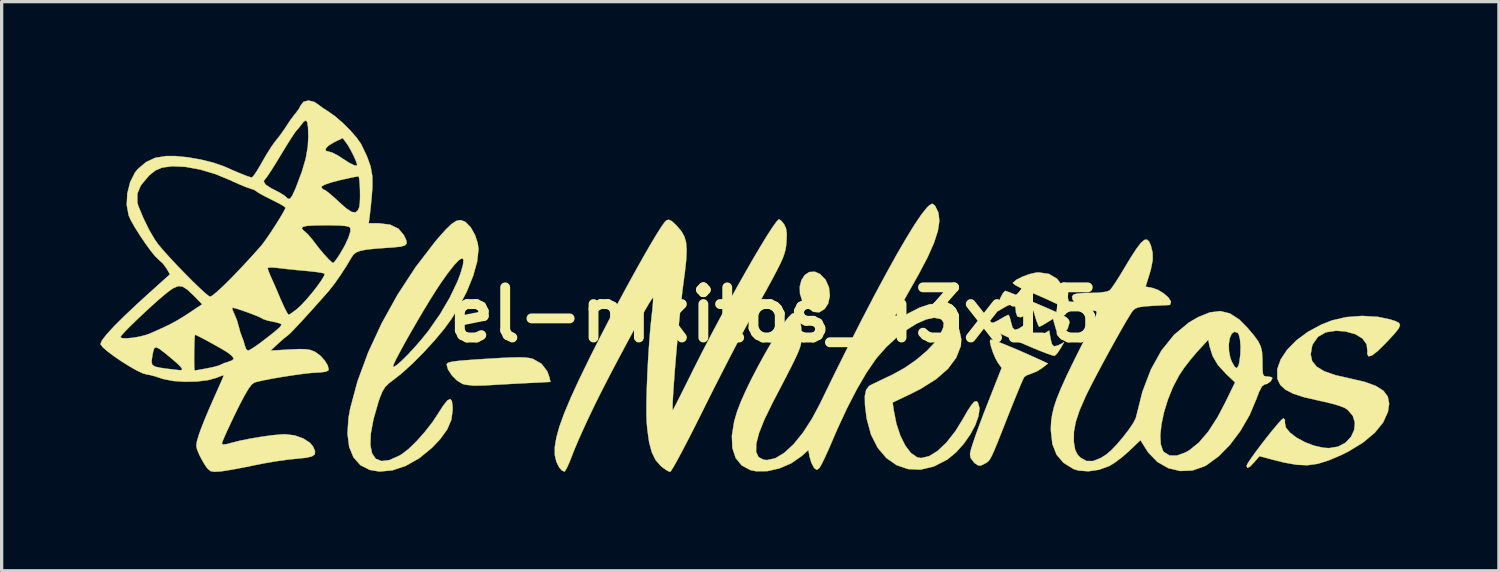
<source format=kicad_pcb>
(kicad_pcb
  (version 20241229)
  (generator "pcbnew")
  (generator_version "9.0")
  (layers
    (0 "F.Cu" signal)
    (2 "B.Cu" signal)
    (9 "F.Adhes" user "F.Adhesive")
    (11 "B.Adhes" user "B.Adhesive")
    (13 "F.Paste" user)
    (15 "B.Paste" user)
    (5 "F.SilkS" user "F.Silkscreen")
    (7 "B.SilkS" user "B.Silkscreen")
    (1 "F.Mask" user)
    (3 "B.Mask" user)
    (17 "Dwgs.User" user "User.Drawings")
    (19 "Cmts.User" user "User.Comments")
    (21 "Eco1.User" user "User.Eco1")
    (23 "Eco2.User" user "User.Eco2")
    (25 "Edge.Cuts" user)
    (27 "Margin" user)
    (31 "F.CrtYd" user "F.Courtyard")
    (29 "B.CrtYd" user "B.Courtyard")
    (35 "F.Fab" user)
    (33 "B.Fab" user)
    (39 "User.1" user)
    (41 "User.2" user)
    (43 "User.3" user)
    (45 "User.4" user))
  (footprint "el-nikitos_43x15"
    (layer "F.Cu")
    (at 20.506 6.519)
    (property "Reference" "el-nikitos_43x15" (at 0 0 0) (layer "F.SilkS") (effects (font (size 1.524 1.524) (thickness 0.3))))
    (attr through_hole)
    (fp_poly (pts (xy 1.366 -1.242) (xy 1.539 -1.065) (xy 1.641 -0.831) (xy 1.668 -0.576) (xy 1.614 -0.336) (xy 1.509 -0.178) (xy 1.342 -0.075) (xy 1.165 -0.091) (xy 0.974 -0.226) (xy 0.967 -0.233) (xy 0.827 -0.429) (xy 0.759 -0.645) (xy 0.754 -0.861) (xy 0.805 -1.056) (xy 0.904 -1.209) (xy 1.042 -1.301) (xy 1.211 -1.31) (xy 1.366 -1.242)) (stroke (width 0.01) (type solid)) (fill yes) (layer "F.SilkS"))
    (fp_poly (pts (xy 8.325 -1.243) (xy 8.571 -1.098) (xy 8.762 -0.849) (xy 8.803 -0.767) (xy 8.892 -0.546) (xy 8.942 -0.358) (xy 8.947 -0.23) (xy 8.905 -0.185) (xy 8.831 -0.212) (xy 8.682 -0.278) (xy 8.497 -0.365) (xy 8.254 -0.478) (xy 7.96 -0.607) (xy 7.677 -0.725) (xy 7.665 -0.73) (xy 7.456 -0.822) (xy 7.304 -0.903) (xy 7.232 -0.961) (xy 7.231 -0.974) (xy 7.334 -1.063) (xy 7.512 -1.155) (xy 7.725 -1.234) (xy 7.928 -1.282) (xy 8.013 -1.289) (xy 8.325 -1.243)) (stroke (width 0.01) (type solid)) (fill yes) (layer "F.SilkS"))
    (fp_poly (pts (xy -7.594 1.298) (xy -7.46 1.314) (xy -7.355 1.341) (xy -7.354 1.342) (xy -7.096 1.488) (xy -6.92 1.719) (xy -6.862 1.881) (xy -6.825 2.038) (xy -7.601 2.078) (xy -7.948 2.096) (xy -8.302 2.116) (xy -8.617 2.134) (xy -8.83 2.147) (xy -9.161 2.153) (xy -9.418 2.123) (xy -9.493 2.102) (xy -9.663 2) (xy -9.822 1.84) (xy -9.938 1.661) (xy -9.979 1.514) (xy -9.966 1.479) (xy -9.917 1.45) (xy -9.818 1.426) (xy -9.653 1.403) (xy -9.407 1.381) (xy -9.066 1.356) (xy -8.784 1.338) (xy -8.352 1.312) (xy -8.022 1.297) (xy -7.775 1.292) (xy -7.594 1.298)) (stroke (width 0.01) (type solid)) (fill yes) (layer "F.SilkS"))
    (fp_poly (pts (xy 7.069 -0.705) (xy 7.229 -0.643) (xy 7.461 -0.548) (xy 7.747 -0.429) (xy 7.998 -0.323) (xy 8.345 -0.174) (xy 8.596 -0.062) (xy 8.767 0.023) (xy 8.872 0.088) (xy 8.927 0.145) (xy 8.948 0.202) (xy 8.95 0.244) (xy 8.892 0.432) (xy 8.719 0.595) (xy 8.671 0.625) (xy 8.612 0.597) (xy 8.549 0.464) (xy 8.527 0.392) (xy 8.451 0.121) (xy 8.255 0.242) (xy 8.122 0.32) (xy 8.039 0.361) (xy 8.031 0.363) (xy 7.998 0.311) (xy 7.948 0.18) (xy 7.928 0.117) (xy 7.855 -0.129) (xy 7.637 -0.00036) (xy 7.469 0.075) (xy 7.368 0.052) (xy 7.323 -0.073) (xy 7.319 -0.163) (xy 7.292 -0.292) (xy 7.209 -0.329) (xy 7.057 -0.274) (xy 6.99 -0.237) (xy 6.773 -0.109) (xy 6.773 -0.239) (xy 6.797 -0.369) (xy 6.856 -0.523) (xy 6.928 -0.656) (xy 6.992 -0.725) (xy 7.002 -0.727) (xy 7.069 -0.705)) (stroke (width 0.01) (type solid)) (fill yes) (layer "F.SilkS"))
    (fp_poly (pts (xy 6.608 0.765) (xy 6.767 0.818) (xy 6.999 0.908) (xy 7.287 1.027) (xy 7.613 1.168) (xy 7.943 1.317) (xy 8.296 1.479) (xy 8.125 1.614) (xy 7.96 1.719) (xy 7.796 1.785) (xy 7.792 1.786) (xy 7.65 1.838) (xy 7.574 1.894) (xy 7.536 1.97) (xy 7.462 2.14) (xy 7.359 2.388) (xy 7.234 2.695) (xy 7.095 3.043) (xy 7.055 3.145) (xy 6.893 3.557) (xy 6.768 3.871) (xy 6.673 4.101) (xy 6.601 4.263) (xy 6.545 4.371) (xy 6.497 4.438) (xy 6.45 4.48) (xy 6.398 4.512) (xy 6.369 4.527) (xy 6.258 4.582) (xy 6.187 4.583) (xy 6.093 4.525) (xy 6.061 4.502) (xy 5.947 4.353) (xy 5.927 4.231) (xy 5.948 4.124) (xy 6.009 3.924) (xy 6.102 3.651) (xy 6.221 3.323) (xy 6.358 2.961) (xy 6.408 2.834) (xy 6.889 1.614) (xy 6.777 1.457) (xy 6.7 1.32) (xy 6.625 1.142) (xy 6.566 0.964) (xy 6.535 0.821) (xy 6.542 0.756) (xy 6.608 0.765)) (stroke (width 0.01) (type solid)) (fill yes) (layer "F.SilkS"))
    (fp_poly (pts (xy 7.128 0.053) (xy 7.165 0.183) (xy 7.171 0.212) (xy 7.22 0.39) (xy 7.293 0.457) (xy 7.41 0.421) (xy 7.494 0.367) (xy 7.617 0.284) (xy 7.693 0.243) (xy 7.698 0.242) (xy 7.727 0.295) (xy 7.761 0.424) (xy 7.767 0.451) (xy 7.815 0.625) (xy 7.889 0.692) (xy 8.014 0.662) (xy 8.124 0.603) (xy 8.334 0.479) (xy 8.376 0.723) (xy 8.417 0.894) (xy 8.482 0.958) (xy 8.595 0.933) (xy 8.662 0.9) (xy 8.789 0.832) (xy 8.673 1.031) (xy 8.583 1.164) (xy 8.508 1.24) (xy 8.496 1.245) (xy 8.419 1.229) (xy 8.257 1.173) (xy 8.035 1.087) (xy 7.832 1.003) (xy 7.415 0.824) (xy 7.097 0.686) (xy 6.865 0.58) (xy 6.706 0.5) (xy 6.608 0.439) (xy 6.557 0.391) (xy 6.541 0.348) (xy 6.543 0.319) (xy 6.573 0.243) (xy 6.593 0.241) (xy 6.657 0.231) (xy 6.783 0.169) (xy 6.841 0.135) (xy 6.984 0.052) (xy 7.08 0.004) (xy 7.095 0) (xy 7.128 0.053)) (stroke (width 0.01) (type solid)) (fill yes) (layer "F.SilkS"))
    (fp_poly (pts (xy 18.33 0.062) (xy 18.703 0.141) (xy 18.869 0.195) (xy 18.968 0.248) (xy 18.998 0.317) (xy 18.955 0.418) (xy 18.836 0.568) (xy 18.637 0.783) (xy 18.549 0.875) (xy 18.316 1.104) (xy 18.148 1.233) (xy 18.045 1.264) (xy 18.002 1.197) (xy 18.007 1.103) (xy 17.983 0.893) (xy 17.854 0.718) (xy 17.635 0.586) (xy 17.338 0.505) (xy 17.054 0.484) (xy 16.744 0.531) (xy 16.506 0.667) (xy 16.351 0.885) (xy 16.323 0.962) (xy 16.283 1.205) (xy 16.328 1.408) (xy 16.465 1.577) (xy 16.7 1.718) (xy 17.042 1.836) (xy 17.479 1.935) (xy 17.927 2.039) (xy 18.263 2.161) (xy 18.494 2.308) (xy 18.626 2.485) (xy 18.668 2.701) (xy 18.631 2.947) (xy 18.485 3.271) (xy 18.228 3.587) (xy 17.869 3.886) (xy 17.419 4.16) (xy 17.205 4.265) (xy 16.822 4.428) (xy 16.493 4.529) (xy 16.182 4.572) (xy 15.856 4.558) (xy 15.479 4.491) (xy 15.157 4.411) (xy 14.726 4.295) (xy 14.57 4.476) (xy 14.435 4.616) (xy 14.356 4.652) (xy 14.333 4.593) (xy 14.368 4.517) (xy 14.464 4.372) (xy 14.603 4.177) (xy 14.77 3.954) (xy 14.948 3.724) (xy 15.122 3.507) (xy 15.275 3.324) (xy 15.391 3.196) (xy 15.453 3.145) (xy 15.455 3.145) (xy 15.501 3.195) (xy 15.499 3.285) (xy 15.529 3.429) (xy 15.655 3.582) (xy 15.853 3.733) (xy 16.102 3.868) (xy 16.379 3.975) (xy 16.66 4.039) (xy 16.836 4.052) (xy 17.114 4.007) (xy 17.341 3.886) (xy 17.507 3.71) (xy 17.605 3.501) (xy 17.626 3.279) (xy 17.562 3.067) (xy 17.403 2.885) (xy 17.326 2.834) (xy 17.19 2.778) (xy 16.97 2.711) (xy 16.701 2.644) (xy 16.524 2.606) (xy 16.082 2.504) (xy 15.748 2.396) (xy 15.511 2.273) (xy 15.358 2.13) (xy 15.276 1.959) (xy 15.27 1.934) (xy 15.267 1.652) (xy 15.371 1.356) (xy 15.568 1.06) (xy 15.848 0.776) (xy 16.197 0.518) (xy 16.604 0.298) (xy 16.922 0.172) (xy 17.359 0.07) (xy 17.846 0.033) (xy 18.33 0.062)) (stroke (width 0.01) (type solid)) (fill yes) (layer "F.SilkS"))
    (fp_poly (pts (xy -9.447 -2.843) (xy -9.401 -2.816) (xy -9.249 -2.66) (xy -9.119 -2.43) (xy -9.034 -2.172) (xy -9.012 -1.993) (xy -9.053 -1.618) (xy -9.175 -1.182) (xy -9.368 -0.706) (xy -9.626 -0.212) (xy -9.832 0.122) (xy -10.059 0.433) (xy -10.351 0.782) (xy -10.679 1.141) (xy -11.015 1.479) (xy -11.333 1.768) (xy -11.543 1.934) (xy -11.729 2.076) (xy -11.851 2.197) (xy -11.937 2.337) (xy -12.015 2.534) (xy -12.056 2.656) (xy -12.204 3.173) (xy -12.285 3.606) (xy -12.299 3.953) (xy -12.248 4.211) (xy -12.134 4.376) (xy -11.957 4.445) (xy -11.719 4.415) (xy -11.422 4.282) (xy -11.342 4.235) (xy -11.135 4.076) (xy -10.894 3.841) (xy -10.645 3.561) (xy -10.413 3.264) (xy -10.246 3.012) (xy -10.079 2.752) (xy -9.956 2.601) (xy -9.872 2.559) (xy -9.821 2.624) (xy -9.799 2.794) (xy -9.797 2.887) (xy -9.837 3.189) (xy -9.962 3.482) (xy -10.182 3.786) (xy -10.43 4.045) (xy -10.818 4.362) (xy -11.223 4.591) (xy -11.63 4.727) (xy -12.019 4.764) (xy -12.318 4.714) (xy -12.603 4.569) (xy -12.812 4.333) (xy -12.943 4.012) (xy -12.994 3.612) (xy -12.964 3.139) (xy -12.915 2.861) (xy -12.689 2.019) (xy -12.523 1.57) (xy -11.611 1.57) (xy -11.575 1.579) (xy -11.476 1.511) (xy -11.33 1.379) (xy -11.15 1.2) (xy -10.953 0.988) (xy -10.753 0.758) (xy -10.564 0.525) (xy -10.526 0.476) (xy -10.18 -0.021) (xy -9.882 -0.529) (xy -9.65 -1.016) (xy -9.559 -1.258) (xy -9.484 -1.517) (xy -9.467 -1.671) (xy -9.507 -1.721) (xy -9.602 -1.668) (xy -9.751 -1.513) (xy -9.952 -1.257) (xy -10.159 -0.964) (xy -10.309 -0.736) (xy -10.486 -0.455) (xy -10.678 -0.139) (xy -10.875 0.195) (xy -11.068 0.529) (xy -11.247 0.845) (xy -11.4 1.125) (xy -11.519 1.352) (xy -11.592 1.508) (xy -11.611 1.57) (xy -12.523 1.57) (xy -12.366 1.145) (xy -11.957 0.262) (xy -11.474 -0.608) (xy -10.928 -1.444) (xy -10.33 -2.223) (xy -10.248 -2.32) (xy -10.013 -2.585) (xy -9.832 -2.76) (xy -9.688 -2.855) (xy -9.565 -2.88) (xy -9.447 -2.843)) (stroke (width 0.01) (type solid)) (fill yes) (layer "F.SilkS"))
    (fp_poly (pts (xy 0.192 -2.857) (xy 0.279 -2.75) (xy 0.337 -2.623) (xy 0.358 -2.453) (xy 0.348 -2.209) (xy 0.337 -2.093) (xy 0.319 -1.983) (xy 0.289 -1.868) (xy 0.242 -1.735) (xy 0.17 -1.573) (xy 0.068 -1.368) (xy -0.069 -1.108) (xy -0.247 -0.781) (xy -0.473 -0.375) (xy -0.752 0.123) (xy -0.784 0.181) (xy -0.935 0.457) (xy -1.128 0.821) (xy -1.351 1.249) (xy -1.594 1.721) (xy -1.846 2.216) (xy -2.094 2.71) (xy -2.195 2.915) (xy -2.414 3.352) (xy -2.618 3.753) (xy -2.801 4.104) (xy -2.957 4.395) (xy -3.078 4.611) (xy -3.158 4.741) (xy -3.188 4.774) (xy -3.274 4.739) (xy -3.408 4.646) (xy -3.475 4.59) (xy -3.628 4.415) (xy -3.742 4.184) (xy -3.825 3.877) (xy -3.881 3.477) (xy -3.899 3.266) (xy -3.908 3.01) (xy -3.907 2.659) (xy -3.896 2.241) (xy -3.878 1.78) (xy -3.853 1.304) (xy -3.822 0.837) (xy -3.788 0.408) (xy -3.75 0.041) (xy -3.746 0.008) (xy -3.72 -0.226) (xy -3.706 -0.408) (xy -3.704 -0.511) (xy -3.708 -0.522) (xy -3.744 -0.482) (xy -3.829 -0.348) (xy -3.954 -0.135) (xy -4.111 0.143) (xy -4.292 0.471) (xy -4.49 0.835) (xy -4.697 1.222) (xy -4.906 1.615) (xy -5.107 2.002) (xy -5.295 2.369) (xy -5.46 2.7) (xy -5.464 2.709) (xy -5.641 3.076) (xy -5.812 3.444) (xy -5.965 3.786) (xy -6.087 4.072) (xy -6.156 4.248) (xy -6.244 4.474) (xy -6.324 4.65) (xy -6.384 4.751) (xy -6.399 4.764) (xy -6.474 4.734) (xy -6.56 4.638) (xy -6.646 4.464) (xy -6.692 4.263) (xy -6.693 4.024) (xy -6.647 3.739) (xy -6.553 3.399) (xy -6.406 2.993) (xy -6.205 2.514) (xy -5.946 1.952) (xy -5.628 1.298) (xy -5.554 1.15) (xy -5.302 0.653) (xy -5.04 0.146) (xy -4.773 -0.359) (xy -4.508 -0.849) (xy -4.253 -1.313) (xy -4.014 -1.739) (xy -3.798 -2.115) (xy -3.611 -2.428) (xy -3.461 -2.666) (xy -3.353 -2.818) (xy -3.305 -2.868) (xy -3.229 -2.891) (xy -3.142 -2.852) (xy -3.016 -2.737) (xy -2.965 -2.684) (xy -2.841 -2.534) (xy -2.754 -2.38) (xy -2.703 -2.201) (xy -2.685 -1.976) (xy -2.697 -1.685) (xy -2.738 -1.308) (xy -2.775 -1.028) (xy -2.812 -0.745) (xy -2.851 -0.398) (xy -2.893 -0.005) (xy -2.934 0.418) (xy -2.974 0.854) (xy -3.012 1.288) (xy -3.046 1.702) (xy -3.074 2.08) (xy -3.096 2.406) (xy -3.11 2.662) (xy -3.114 2.833) (xy -3.107 2.902) (xy -3.106 2.903) (xy -3.078 2.851) (xy -3.003 2.706) (xy -2.89 2.482) (xy -2.746 2.195) (xy -2.578 1.858) (xy -2.459 1.618) (xy -2.221 1.147) (xy -1.966 0.655) (xy -1.699 0.153) (xy -1.428 -0.346) (xy -1.16 -0.833) (xy -0.899 -1.294) (xy -0.654 -1.72) (xy -0.431 -2.097) (xy -0.236 -2.415) (xy -0.075 -2.663) (xy 0.044 -2.829) (xy 0.115 -2.901) (xy 0.123 -2.903) (xy 0.192 -2.857)) (stroke (width 0.01) (type solid)) (fill yes) (layer "F.SilkS"))
    (fp_poly (pts (xy 4.847 -3.333) (xy 4.871 -3.303) (xy 4.968 -3.103) (xy 4.996 -2.855) (xy 4.951 -2.553) (xy 4.833 -2.187) (xy 4.639 -1.749) (xy 4.366 -1.231) (xy 4.32 -1.149) (xy 4.142 -0.834) (xy 3.968 -0.527) (xy 3.816 -0.257) (xy 3.7 -0.052) (xy 3.67 0) (xy 3.571 0.178) (xy 3.529 0.267) (xy 3.542 0.284) (xy 3.607 0.244) (xy 3.631 0.227) (xy 4.039 -0.038) (xy 4.401 -0.222) (xy 4.707 -0.323) (xy 4.945 -0.335) (xy 4.966 -0.331) (xy 5.154 -0.235) (xy 5.335 -0.049) (xy 5.491 0.196) (xy 5.605 0.468) (xy 5.661 0.736) (xy 5.649 0.947) (xy 5.507 1.306) (xy 5.258 1.64) (xy 4.899 1.954) (xy 4.426 2.251) (xy 4.132 2.4) (xy 3.576 2.665) (xy 3.607 2.89) (xy 3.689 3.305) (xy 3.81 3.672) (xy 3.961 3.976) (xy 4.132 4.2) (xy 4.317 4.329) (xy 4.44 4.354) (xy 4.682 4.298) (xy 4.944 4.136) (xy 5.214 3.879) (xy 5.481 3.539) (xy 5.685 3.211) (xy 5.848 2.928) (xy 5.969 2.744) (xy 6.056 2.645) (xy 6.119 2.622) (xy 6.166 2.661) (xy 6.217 2.837) (xy 6.188 3.072) (xy 6.091 3.345) (xy 5.938 3.634) (xy 5.739 3.918) (xy 5.508 4.176) (xy 5.254 4.387) (xy 5.23 4.403) (xy 4.825 4.611) (xy 4.427 4.705) (xy 4.047 4.689) (xy 3.696 4.569) (xy 3.383 4.351) (xy 3.121 4.041) (xy 2.92 3.645) (xy 2.79 3.167) (xy 2.78 3.104) (xy 2.735 2.735) (xy 2.731 2.466) (xy 2.77 2.282) (xy 2.854 2.168) (xy 2.903 2.137) (xy 3.023 2.079) (xy 3.22 1.985) (xy 3.458 1.871) (xy 3.579 1.814) (xy 3.94 1.614) (xy 4.291 1.371) (xy 4.606 1.105) (xy 4.86 0.838) (xy 5.022 0.599) (xy 5.114 0.388) (xy 5.131 0.248) (xy 5.072 0.155) (xy 5.021 0.122) (xy 4.837 0.088) (xy 4.596 0.139) (xy 4.314 0.263) (xy 4.007 0.452) (xy 3.692 0.693) (xy 3.386 0.977) (xy 3.106 1.293) (xy 3.058 1.355) (xy 2.786 1.752) (xy 2.495 2.249) (xy 2.195 2.829) (xy 1.895 3.474) (xy 1.75 3.81) (xy 1.627 4.096) (xy 1.512 4.347) (xy 1.418 4.539) (xy 1.356 4.647) (xy 1.348 4.657) (xy 1.274 4.713) (xy 1.21 4.673) (xy 1.176 4.631) (xy 1.104 4.488) (xy 1.052 4.313) (xy 1.015 4.112) (xy 0.798 4.302) (xy 0.49 4.515) (xy 0.136 4.667) (xy -0.23 4.751) (xy -0.573 4.755) (xy -0.749 4.719) (xy -1.012 4.577) (xy -1.195 4.352) (xy -1.295 4.049) (xy -1.31 3.677) (xy -1.241 3.242) (xy -1.149 2.93) (xy -1.04 2.647) (xy -0.894 2.318) (xy -0.719 1.958) (xy -0.525 1.584) (xy -0.322 1.212) (xy -0.118 0.86) (xy 0.077 0.543) (xy 0.252 0.278) (xy 0.4 0.082) (xy 0.511 -0.029) (xy 0.548 -0.048) (xy 0.652 -0.012) (xy 0.736 0.123) (xy 0.792 0.336) (xy 0.81 0.604) (xy 0.81 0.618) (xy 0.807 0.724) (xy 0.8 0.819) (xy 0.782 0.915) (xy 0.748 1.026) (xy 0.692 1.166) (xy 0.608 1.348) (xy 0.49 1.586) (xy 0.332 1.894) (xy 0.13 2.284) (xy -0.073 2.672) (xy -0.319 3.176) (xy -0.485 3.592) (xy -0.57 3.921) (xy -0.574 4.165) (xy -0.499 4.326) (xy -0.344 4.405) (xy -0.237 4.415) (xy 0.014 4.358) (xy 0.285 4.193) (xy 0.567 3.931) (xy 0.851 3.581) (xy 1.128 3.152) (xy 1.361 2.714) (xy 1.809 1.795) (xy 2.239 0.932) (xy 2.646 0.132) (xy 3.028 -0.602) (xy 3.383 -1.261) (xy 3.705 -1.842) (xy 3.994 -2.338) (xy 4.244 -2.744) (xy 4.454 -3.053) (xy 4.619 -3.26) (xy 4.687 -3.326) (xy 4.777 -3.379) (xy 4.847 -3.333)) (stroke (width 0.01) (type solid)) (fill yes) (layer "F.SilkS"))
    (fp_poly (pts (xy 11.372 -2.226) (xy 11.424 -2.108) (xy 11.479 -1.886) (xy 11.48 -1.658) (xy 11.425 -1.383) (xy 11.377 -1.22) (xy 11.265 -0.857) (xy 11.466 -0.819) (xy 11.64 -0.758) (xy 11.815 -0.652) (xy 11.957 -0.527) (xy 12.031 -0.412) (xy 12.035 -0.388) (xy 12.009 -0.309) (xy 11.989 -0.299) (xy 11.911 -0.295) (xy 11.745 -0.286) (xy 11.522 -0.275) (xy 11.46 -0.272) (xy 11.204 -0.254) (xy 11.039 -0.226) (xy 10.936 -0.18) (xy 10.874 -0.122) (xy 10.801 -0.013) (xy 10.682 0.184) (xy 10.529 0.448) (xy 10.353 0.761) (xy 10.164 1.102) (xy 9.973 1.453) (xy 9.792 1.793) (xy 9.63 2.103) (xy 9.498 2.363) (xy 9.44 2.485) (xy 9.258 2.903) (xy 9.143 3.251) (xy 9.086 3.554) (xy 9.083 3.839) (xy 9.086 3.884) (xy 9.124 4.103) (xy 9.197 4.251) (xy 9.285 4.341) (xy 9.465 4.442) (xy 9.668 4.445) (xy 9.91 4.347) (xy 10.069 4.246) (xy 10.217 4.12) (xy 10.395 3.934) (xy 10.58 3.716) (xy 10.62 3.664) (xy 11.711 3.664) (xy 11.726 3.939) (xy 11.794 4.135) (xy 11.82 4.17) (xy 11.992 4.275) (xy 12.216 4.278) (xy 12.482 4.181) (xy 12.593 4.117) (xy 12.887 3.88) (xy 13.171 3.547) (xy 13.453 3.11) (xy 13.679 2.679) (xy 13.984 2.054) (xy 13.713 1.798) (xy 13.461 1.524) (xy 13.3 1.249) (xy 13.213 0.968) (xy 13.197 0.892) (xy 13.794 0.892) (xy 13.799 1.102) (xy 13.842 1.314) (xy 13.886 1.427) (xy 13.974 1.582) (xy 14.039 1.621) (xy 14.089 1.543) (xy 14.114 1.444) (xy 14.145 1.204) (xy 14.152 0.958) (xy 14.134 0.742) (xy 14.095 0.591) (xy 14.067 0.55) (xy 13.965 0.514) (xy 13.882 0.575) (xy 13.823 0.709) (xy 13.794 0.892) (xy 13.197 0.892) (xy 13.168 0.757) (xy 12.828 1.128) (xy 12.633 1.357) (xy 12.44 1.607) (xy 12.291 1.828) (xy 12.285 1.837) (xy 12.098 2.192) (xy 11.943 2.574) (xy 11.824 2.96) (xy 11.746 3.331) (xy 11.711 3.664) (xy 10.62 3.664) (xy 10.752 3.493) (xy 10.887 3.293) (xy 10.965 3.143) (xy 10.973 3.115) (xy 11.168 2.338) (xy 11.426 1.661) (xy 11.747 1.084) (xy 12.129 0.61) (xy 12.573 0.239) (xy 12.861 0.07) (xy 13.22 -0.074) (xy 13.536 -0.113) (xy 13.827 -0.042) (xy 14.109 0.14) (xy 14.349 0.381) (xy 14.552 0.619) (xy 14.686 0.802) (xy 14.765 0.961) (xy 14.804 1.129) (xy 14.816 1.339) (xy 14.817 1.447) (xy 14.819 1.67) (xy 14.832 1.798) (xy 14.864 1.857) (xy 14.926 1.874) (xy 14.968 1.875) (xy 15.082 1.891) (xy 15.119 1.923) (xy 15.069 2.02) (xy 14.958 2.098) (xy 14.879 2.117) (xy 14.802 2.174) (xy 14.711 2.349) (xy 14.637 2.546) (xy 14.428 3.044) (xy 14.154 3.518) (xy 13.834 3.945) (xy 13.484 4.302) (xy 13.123 4.566) (xy 13.056 4.603) (xy 12.691 4.731) (xy 12.316 4.747) (xy 11.954 4.66) (xy 11.626 4.474) (xy 11.354 4.195) (xy 11.293 4.106) (xy 11.109 3.809) (xy 10.768 4.135) (xy 10.562 4.316) (xy 10.347 4.48) (xy 10.168 4.592) (xy 10.165 4.594) (xy 9.853 4.708) (xy 9.524 4.756) (xy 9.221 4.733) (xy 9.073 4.686) (xy 8.77 4.499) (xy 8.558 4.251) (xy 8.432 3.929) (xy 8.386 3.523) (xy 8.385 3.447) (xy 8.395 3.236) (xy 8.426 3.024) (xy 8.482 2.795) (xy 8.57 2.534) (xy 8.696 2.226) (xy 8.864 1.855) (xy 9.081 1.407) (xy 9.309 0.952) (xy 9.494 0.585) (xy 9.628 0.312) (xy 9.716 0.12) (xy 9.764 -0.007) (xy 9.777 -0.08) (xy 9.761 -0.113) (xy 9.723 -0.121) (xy 9.573 -0.15) (xy 9.389 -0.222) (xy 9.211 -0.317) (xy 9.082 -0.413) (xy 9.046 -0.462) (xy 9.029 -0.555) (xy 9.073 -0.615) (xy 9.196 -0.649) (xy 9.414 -0.664) (xy 9.577 -0.665) (xy 9.864 -0.675) (xy 10.071 -0.703) (xy 10.17 -0.741) (xy 10.239 -0.823) (xy 10.35 -0.984) (xy 10.486 -1.198) (xy 10.584 -1.361) (xy 10.808 -1.734) (xy 10.985 -2.006) (xy 11.121 -2.185) (xy 11.226 -2.276) (xy 11.307 -2.287) (xy 11.372 -2.226)) (stroke (width 0.01) (type solid)) (fill yes) (layer "F.SilkS"))
    (fp_poly (pts (xy -14.007 -6.472) (xy -13.919 -6.416) (xy -13.744 -6.287) (xy -13.579 -6.181) (xy -13.377 -6.039) (xy -13.145 -5.839) (xy -12.915 -5.611) (xy -12.718 -5.387) (xy -12.585 -5.198) (xy -12.576 -5.182) (xy -12.401 -4.816) (xy -12.291 -4.507) (xy -12.239 -4.216) (xy -12.235 -3.906) (xy -12.24 -3.823) (xy -12.263 -3.548) (xy -12.288 -3.278) (xy -12.312 -3.069) (xy -12.349 -2.782) (xy -12.038 -2.782) (xy -11.698 -2.74) (xy -11.443 -2.617) (xy -11.28 -2.421) (xy -11.21 -2.273) (xy -11.193 -2.174) (xy -11.243 -2.111) (xy -11.377 -2.073) (xy -11.607 -2.049) (xy -11.778 -2.038) (xy -12.148 -2.011) (xy -12.418 -1.982) (xy -12.606 -1.945) (xy -12.732 -1.895) (xy -12.816 -1.826) (xy -12.874 -1.74) (xy -13.029 -1.48) (xy -13.213 -1.197) (xy -13.399 -0.933) (xy -13.558 -0.73) (xy -13.571 -0.715) (xy -13.866 -0.382) (xy -14.141 -0.075) (xy -14.384 0.191) (xy -14.585 0.406) (xy -14.73 0.556) (xy -14.809 0.627) (xy -14.812 0.629) (xy -14.906 0.701) (xy -15.045 0.822) (xy -15.115 0.886) (xy -15.331 1.088) (xy -14.756 1.054) (xy -14.468 1.041) (xy -14.268 1.045) (xy -14.123 1.068) (xy -14.001 1.115) (xy -13.972 1.13) (xy -13.821 1.239) (xy -13.688 1.386) (xy -13.595 1.537) (xy -13.566 1.66) (xy -13.576 1.692) (xy -13.654 1.728) (xy -13.81 1.75) (xy -13.906 1.754) (xy -14.082 1.765) (xy -14.339 1.793) (xy -14.646 1.836) (xy -14.972 1.886) (xy -15.287 1.94) (xy -15.559 1.993) (xy -15.759 2.04) (xy -15.827 2.061) (xy -15.903 2.116) (xy -15.997 2.239) (xy -16.117 2.44) (xy -16.271 2.733) (xy -16.392 2.977) (xy -16.535 3.276) (xy -16.658 3.538) (xy -16.75 3.745) (xy -16.803 3.876) (xy -16.812 3.909) (xy -16.777 3.943) (xy -16.659 3.929) (xy -16.525 3.893) (xy -16.267 3.827) (xy -15.943 3.762) (xy -15.593 3.703) (xy -15.259 3.658) (xy -14.981 3.633) (xy -14.877 3.63) (xy -14.596 3.666) (xy -14.335 3.759) (xy -14.13 3.894) (xy -14.038 4.008) (xy -13.98 4.145) (xy -13.988 4.24) (xy -14.076 4.304) (xy -14.257 4.345) (xy -14.544 4.374) (xy -14.554 4.375) (xy -14.841 4.405) (xy -15.194 4.456) (xy -15.563 4.52) (xy -15.815 4.57) (xy -16.13 4.635) (xy -16.435 4.693) (xy -16.692 4.737) (xy -16.848 4.759) (xy -17.038 4.771) (xy -17.154 4.751) (xy -17.238 4.684) (xy -17.274 4.641) (xy -17.374 4.489) (xy -17.479 4.295) (xy -17.505 4.239) (xy -17.567 4.09) (xy -17.589 3.974) (xy -17.57 3.843) (xy -17.513 3.65) (xy -17.446 3.462) (xy -17.343 3.2) (xy -17.216 2.897) (xy -17.081 2.588) (xy -17.079 2.584) (xy -16.958 2.313) (xy -16.857 2.085) (xy -16.786 1.92) (xy -16.753 1.841) (xy -16.752 1.837) (xy -16.801 1.847) (xy -16.924 1.893) (xy -16.975 1.914) (xy -17.238 1.986) (xy -17.575 2.027) (xy -17.942 2.035) (xy -18.296 2.01) (xy -18.595 1.951) (xy -18.644 1.935) (xy -18.845 1.869) (xy -19.011 1.826) (xy -19.086 1.814) (xy -19.208 1.782) (xy -19.393 1.695) (xy -19.617 1.569) (xy -19.852 1.422) (xy -18.95 1.422) (xy -18.929 1.517) (xy -18.845 1.574) (xy -18.676 1.611) (xy -18.512 1.634) (xy -18.271 1.664) (xy -18.126 1.68) (xy -18.052 1.682) (xy -18.025 1.669) (xy -18.022 1.643) (xy -18.022 1.642) (xy -18.065 1.58) (xy -18.178 1.469) (xy -18.27 1.389) (xy -17.655 1.389) (xy -17.652 1.575) (xy -17.645 1.68) (xy -17.641 1.693) (xy -17.576 1.683) (xy -17.426 1.657) (xy -17.262 1.627) (xy -17.06 1.585) (xy -16.905 1.542) (xy -16.843 1.515) (xy -16.742 1.467) (xy -16.616 1.428) (xy -16.496 1.382) (xy -16.45 1.333) (xy -16.494 1.264) (xy -16.603 1.169) (xy -16.616 1.16) (xy -16.724 1.091) (xy -16.894 0.992) (xy -17.095 0.879) (xy -17.298 0.768) (xy -17.474 0.676) (xy -17.594 0.617) (xy -17.627 0.605) (xy -17.637 0.661) (xy -17.645 0.811) (xy -17.652 1.028) (xy -17.654 1.149) (xy -17.655 1.389) (xy -18.27 1.389) (xy -18.309 1.355) (xy -18.545 1.161) (xy -18.703 1.04) (xy -18.802 0.989) (xy -18.86 1.005) (xy -18.894 1.086) (xy -18.922 1.231) (xy -18.929 1.269) (xy -18.95 1.422) (xy -19.852 1.422) (xy -19.857 1.419) (xy -20.088 1.261) (xy -20.289 1.111) (xy -20.434 0.984) (xy -20.5 0.895) (xy -20.501 0.885) (xy -20.454 0.774) (xy -20.38 0.678) (xy -19.897 0.678) (xy -19.844 0.71) (xy -19.706 0.715) (xy -19.515 0.697) (xy -19.303 0.66) (xy -19.103 0.607) (xy -18.995 0.567) (xy -18.66 0.418) (xy -18.401 0.296) (xy -18.186 0.18) (xy -17.979 0.055) (xy -17.822 -0.047) (xy -17.571 -0.214) (xy -16.497 -0.214) (xy -16.488 -0.152) (xy -16.436 -0.03) (xy -16.431 -0.021) (xy -16.354 0.166) (xy -16.298 0.361) (xy -16.253 0.531) (xy -16.206 0.658) (xy -16.204 0.663) (xy -16.154 0.792) (xy -16.119 0.922) (xy -16.074 1.043) (xy -16.019 1.089) (xy -15.942 1.054) (xy -15.8 0.964) (xy -15.622 0.836) (xy -15.609 0.826) (xy -15.337 0.616) (xy -15.153 0.467) (xy -15.045 0.367) (xy -15.001 0.306) (xy -14.998 0.294) (xy -15.052 0.26) (xy -15.186 0.223) (xy -15.255 0.21) (xy -15.429 0.173) (xy -15.553 0.131) (xy -15.574 0.118) (xy -15.659 0.073) (xy -15.815 0.007) (xy -16.008 -0.066) (xy -16.206 -0.136) (xy -16.373 -0.19) (xy -16.479 -0.215) (xy -16.497 -0.214) (xy -17.571 -0.214) (xy -17.411 -0.321) (xy -17.668 -0.584) (xy -17.861 -0.766) (xy -18.008 -0.86) (xy -18.139 -0.873) (xy -18.284 -0.812) (xy -18.364 -0.761) (xy -18.498 -0.659) (xy -18.683 -0.504) (xy -18.9 -0.312) (xy -19.132 -0.099) (xy -19.361 0.116) (xy -19.57 0.318) (xy -19.741 0.49) (xy -19.856 0.616) (xy -19.897 0.678) (xy -20.38 0.678) (xy -20.314 0.593) (xy -20.085 0.343) (xy -19.768 0.029) (xy -19.369 -0.347) (xy -19.09 -0.601) (xy -18.391 -1.231) (xy -18.494 -1.409) (xy -18.609 -1.564) (xy -18.735 -1.679) (xy -18.836 -1.776) (xy -18.978 -1.951) (xy -19.142 -2.177) (xy -19.31 -2.425) (xy -19.462 -2.668) (xy -19.582 -2.879) (xy -19.644 -3.018) (xy -19.704 -3.338) (xy -19.7 -3.414) (xy -19.381 -3.414) (xy -19.349 -3.301) (xy -19.196 -2.935) (xy -19.026 -2.588) (xy -18.855 -2.295) (xy -18.751 -2.147) (xy -18.596 -1.962) (xy -18.397 -1.741) (xy -18.172 -1.5) (xy -17.935 -1.256) (xy -17.705 -1.024) (xy -17.496 -0.822) (xy -17.325 -0.665) (xy -17.208 -0.571) (xy -17.169 -0.55) (xy -17.095 -0.59) (xy -16.957 -0.704) (xy -16.769 -0.877) (xy -16.549 -1.094) (xy -16.413 -1.234) (xy -16.238 -1.418) (xy -15.421 -1.418) (xy -15.398 -1.339) (xy -15.338 -1.19) (xy -15.295 -1.093) (xy -15.21 -0.905) (xy -15.141 -0.745) (xy -15.12 -0.695) (xy -15.013 -0.442) (xy -14.914 -0.226) (xy -14.835 -0.071) (xy -14.787 -0.002) (xy -14.783 0) (xy -14.72 -0.035) (xy -14.598 -0.123) (xy -14.521 -0.183) (xy -14.389 -0.306) (xy -14.231 -0.477) (xy -14.066 -0.673) (xy -13.912 -0.87) (xy -13.786 -1.048) (xy -13.706 -1.182) (xy -13.689 -1.251) (xy -13.69 -1.252) (xy -13.764 -1.274) (xy -13.929 -1.301) (xy -14.155 -1.326) (xy -14.258 -1.336) (xy -14.548 -1.362) (xy -14.836 -1.392) (xy -15.068 -1.42) (xy -15.104 -1.424) (xy -15.28 -1.44) (xy -15.396 -1.435) (xy -15.421 -1.418) (xy -16.238 -1.418) (xy -16.17 -1.491) (xy -15.942 -1.737) (xy -15.749 -1.95) (xy -15.611 -2.107) (xy -15.573 -2.155) (xy -15.463 -2.305) (xy -15.329 -2.501) (xy -15.244 -2.632) (xy -14.383 -2.632) (xy -14.335 -2.568) (xy -14.285 -2.528) (xy -14.185 -2.433) (xy -14.057 -2.282) (xy -14.001 -2.207) (xy -13.859 -2.022) (xy -13.708 -1.842) (xy -13.57 -1.692) (xy -13.468 -1.596) (xy -13.429 -1.575) (xy -13.38 -1.623) (xy -13.293 -1.743) (xy -13.229 -1.84) (xy -13.074 -2.108) (xy -12.963 -2.349) (xy -12.905 -2.537) (xy -12.906 -2.638) (xy -12.948 -2.675) (xy -13.053 -2.7) (xy -13.237 -2.715) (xy -13.517 -2.721) (xy -13.666 -2.721) (xy -14.001 -2.717) (xy -14.226 -2.703) (xy -14.349 -2.676) (xy -14.383 -2.632) (xy -15.244 -2.632) (xy -15.189 -2.717) (xy -15.057 -2.927) (xy -14.951 -3.105) (xy -14.888 -3.224) (xy -14.877 -3.256) (xy -14.928 -3.299) (xy -15.062 -3.378) (xy -15.253 -3.476) (xy -15.301 -3.5) (xy -15.506 -3.602) (xy -15.665 -3.689) (xy -15.749 -3.744) (xy -15.754 -3.75) (xy -15.829 -3.797) (xy -15.95 -3.838) (xy -16.085 -3.885) (xy -16.288 -3.969) (xy -16.486 -4.059) (xy -15.543 -4.059) (xy -15.484 -3.959) (xy -15.311 -3.845) (xy -15.238 -3.809) (xy -15.056 -3.715) (xy -14.916 -3.628) (xy -14.868 -3.587) (xy -14.799 -3.524) (xy -14.739 -3.531) (xy -14.673 -3.622) (xy -14.587 -3.81) (xy -14.555 -3.886) (xy -13.788 -3.886) (xy -13.744 -3.815) (xy -13.718 -3.81) (xy -13.645 -3.77) (xy -13.511 -3.665) (xy -13.34 -3.513) (xy -13.265 -3.443) (xy -13.037 -3.239) (xy -12.869 -3.129) (xy -12.752 -3.111) (xy -12.672 -3.181) (xy -12.633 -3.286) (xy -12.618 -3.405) (xy -12.612 -3.588) (xy -12.614 -3.799) (xy -12.623 -3.998) (xy -12.639 -4.148) (xy -12.656 -4.209) (xy -12.717 -4.202) (xy -12.869 -4.172) (xy -13.086 -4.124) (xy -13.229 -4.092) (xy -13.498 -4.021) (xy -13.688 -3.955) (xy -13.781 -3.901) (xy -13.788 -3.886) (xy -14.555 -3.886) (xy -14.379 -4.355) (xy -14.263 -4.753) (xy -14.21 -5.052) (xy -13.656 -5.052) (xy -13.653 -4.985) (xy -13.553 -4.959) (xy -13.444 -4.925) (xy -13.28 -4.839) (xy -13.145 -4.751) (xy -12.942 -4.62) (xy -12.791 -4.546) (xy -12.71 -4.538) (xy -12.7 -4.559) (xy -12.727 -4.653) (xy -12.796 -4.81) (xy -12.885 -4.988) (xy -12.974 -5.145) (xy -13.015 -5.204) (xy -13.139 -5.373) (xy -13.403 -5.245) (xy -13.57 -5.144) (xy -13.656 -5.052) (xy -14.21 -5.052) (xy -14.2 -5.109) (xy -14.184 -5.425) (xy -14.193 -5.698) (xy -14.218 -5.858) (xy -14.263 -5.911) (xy -14.331 -5.865) (xy -14.366 -5.82) (xy -14.471 -5.684) (xy -14.543 -5.605) (xy -14.605 -5.522) (xy -14.714 -5.357) (xy -14.854 -5.134) (xy -15.011 -4.876) (xy -15.028 -4.847) (xy -15.183 -4.592) (xy -15.319 -4.376) (xy -15.423 -4.22) (xy -15.481 -4.144) (xy -15.485 -4.141) (xy -15.543 -4.059) (xy -16.486 -4.059) (xy -16.516 -4.072) (xy -16.54 -4.084) (xy -17.002 -4.276) (xy -17.469 -4.415) (xy -17.917 -4.497) (xy -18.317 -4.517) (xy -18.627 -4.475) (xy -18.829 -4.39) (xy -19.02 -4.239) (xy -19.222 -4) (xy -19.281 -3.92) (xy -19.381 -3.682) (xy -19.381 -3.414) (xy -19.7 -3.414) (xy -19.686 -3.69) (xy -19.6 -4.032) (xy -19.454 -4.324) (xy -19.368 -4.43) (xy -19.117 -4.643) (xy -18.839 -4.772) (xy -18.505 -4.826) (xy -18.23 -4.826) (xy -17.854 -4.789) (xy -17.452 -4.719) (xy -17.072 -4.625) (xy -16.759 -4.517) (xy -16.722 -4.501) (xy -16.462 -4.386) (xy -16.224 -4.286) (xy -16.034 -4.212) (xy -15.918 -4.175) (xy -15.902 -4.173) (xy -15.85 -4.222) (xy -15.759 -4.355) (xy -15.644 -4.546) (xy -15.593 -4.637) (xy -15.455 -4.876) (xy -15.316 -5.097) (xy -15.2 -5.259) (xy -15.177 -5.288) (xy -15.045 -5.455) (xy -14.9 -5.66) (xy -14.848 -5.74) (xy -14.728 -5.922) (xy -14.612 -6.077) (xy -14.568 -6.129) (xy -14.469 -6.262) (xy -14.42 -6.361) (xy -14.33 -6.475) (xy -14.18 -6.514) (xy -14.007 -6.472)) (stroke (width 0.01) (type solid)) (fill yes) (layer "F.SilkS")))
  (gr_rect
    (start -3 -3)
    (end 42.51 14.298)
    (stroke (width 0.1) (type default))
    (fill no)
    (layer "Edge.Cuts")))
</source>
